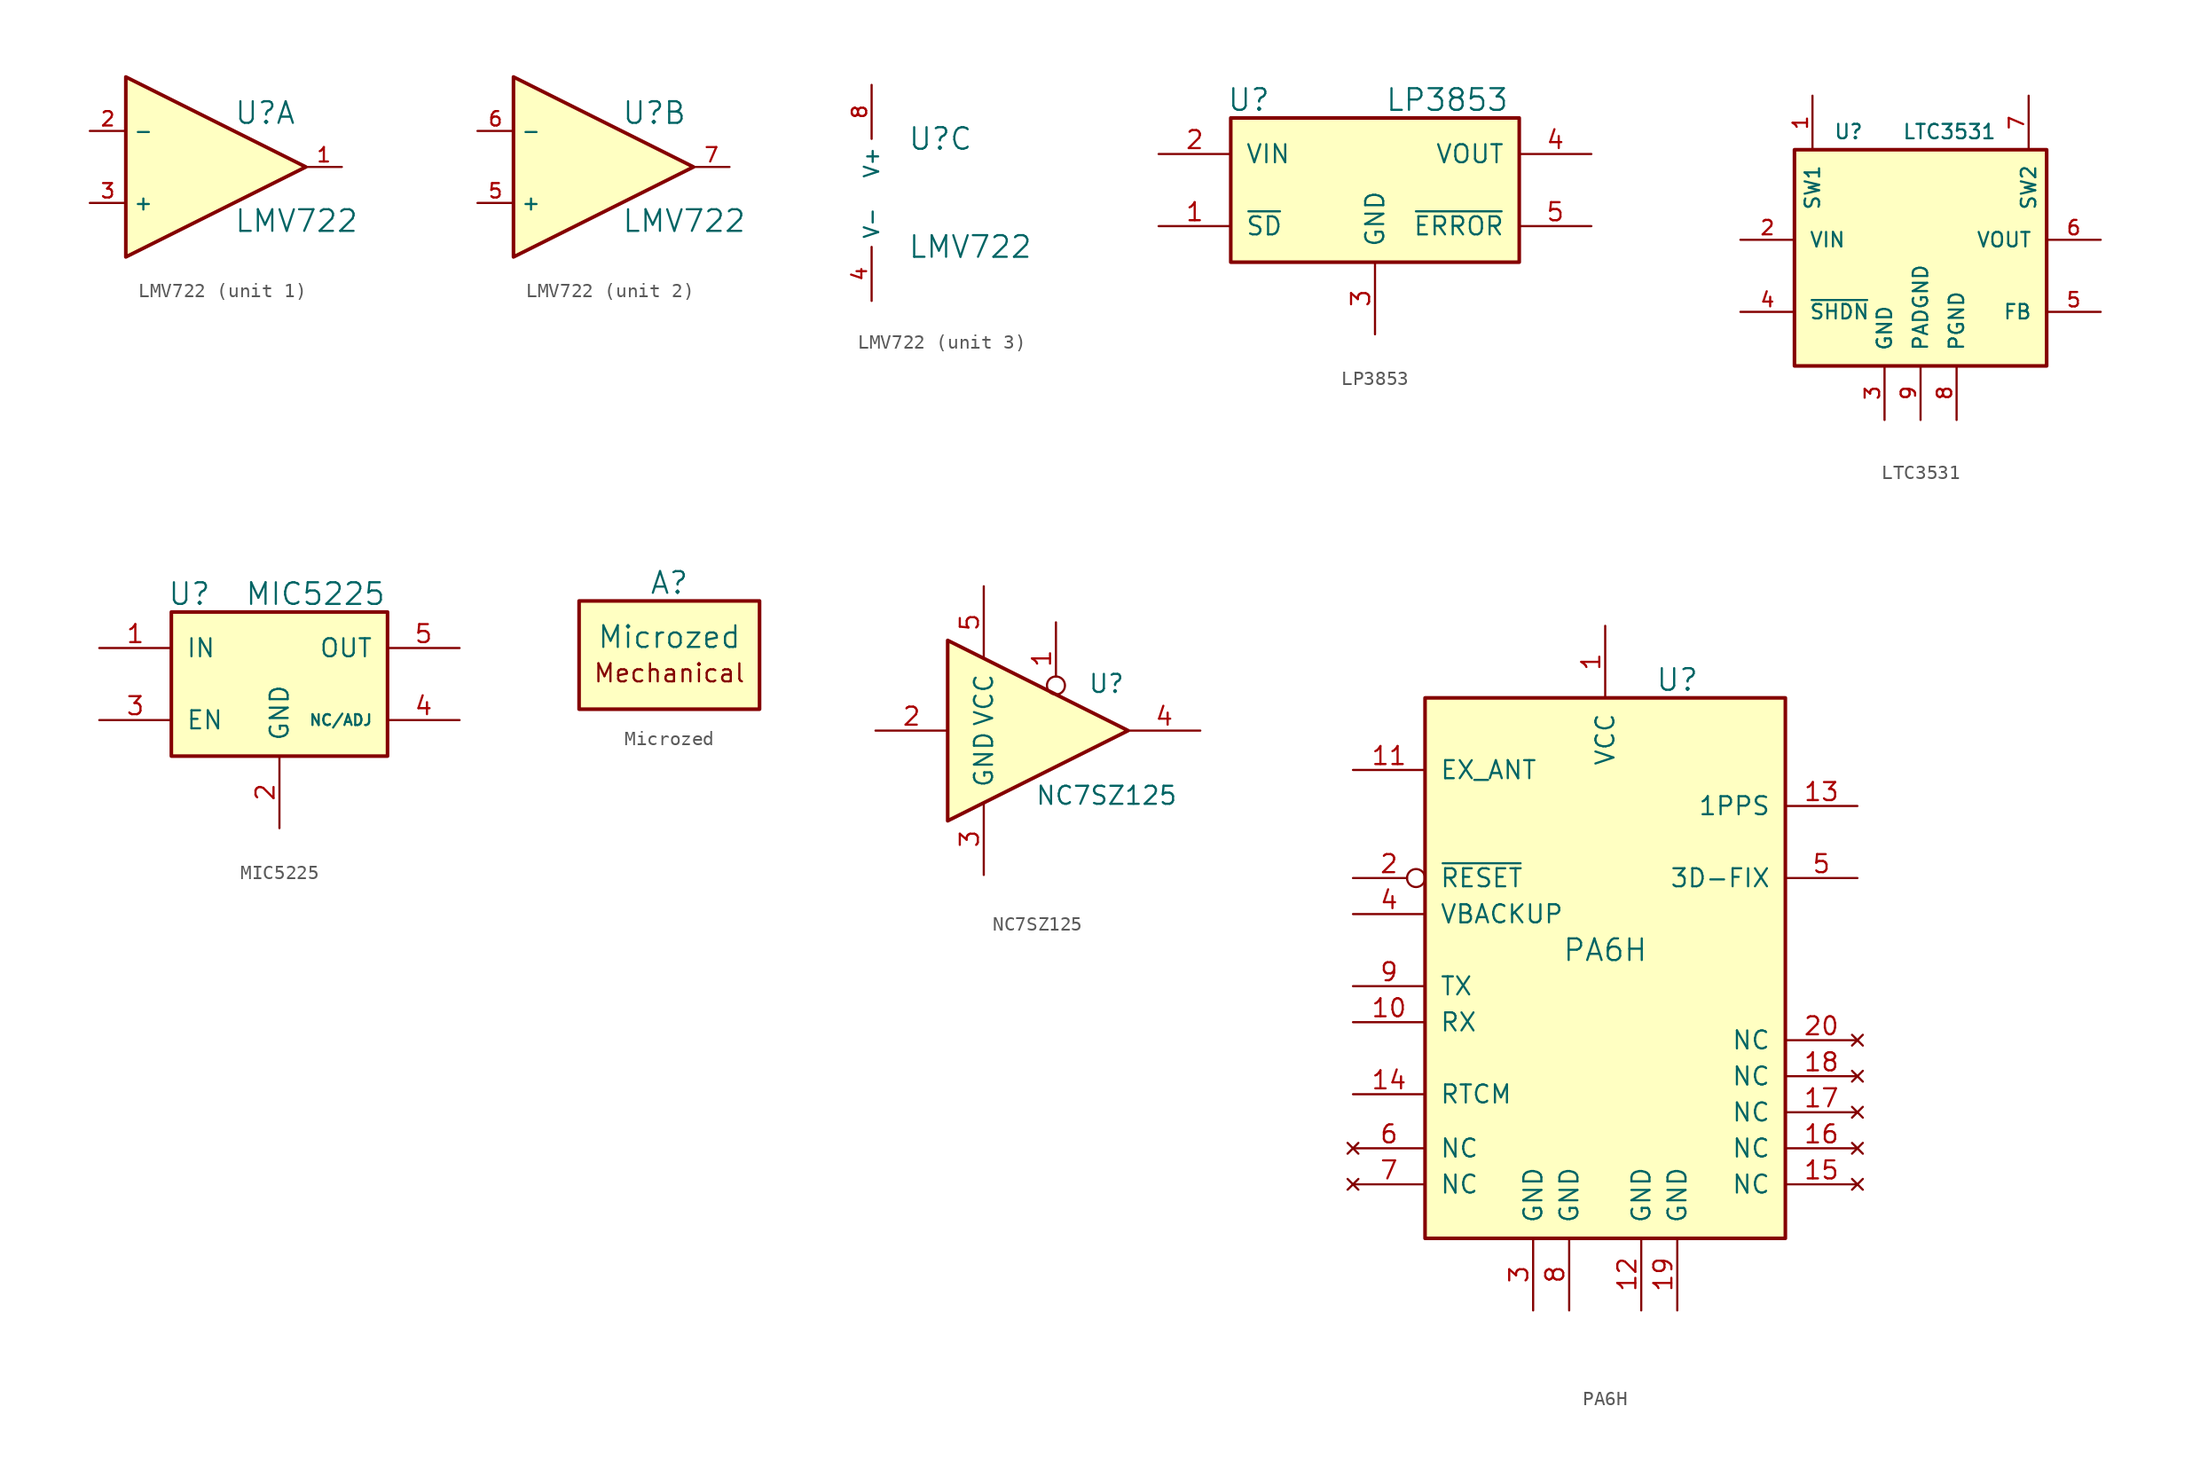
<source format=kicad_sym>
(kicad_symbol_lib
  (version 20231120)
  (generator "kicad_symbol_editor")
  (generator_version "8.0")
  (symbol "LMV722"
    (property "Reference" "U"
      (at 0 3.81 0)
      (effects (font (size 1.524 1.524)) (justify left)))
    (property "Value" "LMV722"
      (at 0 -3.81 0)
      (effects (font (size 1.524 1.524)) (justify left)))
    (property "ki_locked" ""
      (at 0 0 0)
      (effects (font (size 1.27 1.27))))
    (symbol "LMV722_1_1"
      (polyline (pts (xy -7.62 6.35) (xy 5.08 0) (xy -7.62 -6.35) (xy -7.62 6.35)) (stroke (width 0.254) (type solid)) (fill (type background)))
      (pin output line (at 7.62 0 180) (length 2.54) (name "~" (effects (font (size 1.016 1.016)))) (number "1" (effects (font (size 1.016 1.016)))))
      (pin input line (at -10.16 2.54 0) (length 2.54) (name "-" (effects (font (size 1.016 1.016)))) (number "2" (effects (font (size 1.016 1.016)))))
      (pin input line (at -10.16 -2.54 0) (length 2.54) (name "+" (effects (font (size 1.016 1.016)))) (number "3" (effects (font (size 1.016 1.016))))))
    (symbol "LMV722_2_1"
      (polyline (pts (xy -7.62 6.35) (xy 5.08 0) (xy -7.62 -6.35) (xy -7.62 6.35)) (stroke (width 0.254) (type solid)) (fill (type background)))
      (pin input line (at -10.16 -2.54 0) (length 2.54) (name "+" (effects (font (size 1.016 1.016)))) (number "5" (effects (font (size 1.016 1.016)))))
      (pin input line (at -10.16 2.54 0) (length 2.54) (name "-" (effects (font (size 1.016 1.016)))) (number "6" (effects (font (size 1.016 1.016)))))
      (pin output line (at 7.62 0 180) (length 2.54) (name "~" (effects (font (size 1.016 1.016)))) (number "7" (effects (font (size 1.016 1.016))))))
    (symbol "LMV722_3_1"
      (pin power_in line (at -2.54 -7.62 90) (length 3.81) (name "V-" (effects (font (size 1.016 1.016)))) (number "4" (effects (font (size 1.016 1.016)))))
      (pin power_in line (at -2.54 7.62 270) (length 3.81) (name "V+" (effects (font (size 1.016 1.016)))) (number "8" (effects (font (size 1.016 1.016)))))))
  (symbol "LP3853"
    (pin_names
      (offset 1.016))
    (property "Reference" "U"
      (at -8.89 6.35 0)
      (effects (font (size 1.524 1.524))))
    (property "Value" "LP3853"
      (at 5.08 6.35 0)
      (effects (font (size 1.524 1.524))))
    (symbol "LP3853_1_1"
      (rectangle (start -10.16 5.08) (end 10.16 -5.08) (stroke (width 0.254) (type solid)) (fill (type background)))
      (pin input line (at -15.24 -2.54 0) (length 5.08) (name "~{SD}" (effects (font (size 1.27 1.27)))) (number "1" (effects (font (size 1.27 1.27)))))
      (pin power_in line (at -15.24 2.54 0) (length 5.08) (name "VIN" (effects (font (size 1.27 1.27)))) (number "2" (effects (font (size 1.27 1.27)))))
      (pin power_in line (at 0 -10.16 90) (length 5.08) (name "GND" (effects (font (size 1.27 1.27)))) (number "3" (effects (font (size 1.27 1.27)))))
      (pin power_out line (at 15.24 2.54 180) (length 5.08) (name "VOUT" (effects (font (size 1.27 1.27)))) (number "4" (effects (font (size 1.27 1.27)))))
      (pin output line (at 15.24 -2.54 180) (length 5.08) (name "~{ERROR}" (effects (font (size 1.27 1.27)))) (number "5" (effects (font (size 1.27 1.27)))))))
  (symbol "LTC3531"
    (pin_names
      (offset 1.016))
    (property "Reference" "U"
      (at -5.08 10.16 0)
      (effects (font (size 1.016 1.016))))
    (property "Value" "LTC3531"
      (at 2.032 10.16 0)
      (effects (font (size 1.016 1.016))))
    (symbol "LTC3531_1_1"
      (rectangle (start -8.89 8.89) (end 8.89 -6.35) (stroke (width 0.254) (type solid)) (fill (type background)))
      (pin passive line (at -7.62 12.7 270) (length 3.81) (name "SW1" (effects (font (size 1.016 1.016)))) (number "1" (effects (font (size 1.016 1.016)))))
      (pin power_in line (at -12.7 2.54 0) (length 3.81) (name "VIN" (effects (font (size 1.016 1.016)))) (number "2" (effects (font (size 1.016 1.016)))))
      (pin power_in line (at -2.54 -10.16 90) (length 3.81) (name "GND" (effects (font (size 1.016 1.016)))) (number "3" (effects (font (size 1.016 1.016)))))
      (pin input line (at -12.7 -2.54 0) (length 3.81) (name "~{SHDN}" (effects (font (size 1.016 1.016)))) (number "4" (effects (font (size 1.016 1.016)))))
      (pin passive line (at 12.7 -2.54 180) (length 3.81) (name "FB" (effects (font (size 1.016 1.016)))) (number "5" (effects (font (size 1.016 1.016)))))
      (pin power_out line (at 12.7 2.54 180) (length 3.81) (name "VOUT" (effects (font (size 1.016 1.016)))) (number "6" (effects (font (size 1.016 1.016)))))
      (pin passive line (at 7.62 12.7 270) (length 3.81) (name "SW2" (effects (font (size 1.016 1.016)))) (number "7" (effects (font (size 1.016 1.016)))))
      (pin power_in line (at 2.54 -10.16 90) (length 3.81) (name "PGND" (effects (font (size 1.016 1.016)))) (number "8" (effects (font (size 1.016 1.016)))))
      (pin power_in line (at 0 -10.16 90) (length 3.81) (name "PADGND" (effects (font (size 1.016 1.016)))) (number "9" (effects (font (size 1.016 1.016)))))))
  (symbol "MIC5225"
    (pin_names
      (offset 1.016))
    (property "Reference" "U"
      (at -6.35 6.35 0)
      (effects (font (size 1.524 1.524))))
    (property "Value" "MIC5225"
      (at 2.54 6.35 0)
      (effects (font (size 1.524 1.524))))
    (symbol "MIC5225_1_1"
      (rectangle (start -7.62 5.08) (end 7.62 -5.08) (stroke (width 0.254) (type solid)) (fill (type background)))
      (pin power_in line (at -12.7 2.54 0) (length 5.08) (name "IN" (effects (font (size 1.27 1.27)))) (number "1" (effects (font (size 1.27 1.27)))))
      (pin power_in line (at 0 -10.16 90) (length 5.08) (name "GND" (effects (font (size 1.27 1.27)))) (number "2" (effects (font (size 1.27 1.27)))))
      (pin input line (at -12.7 -2.54 0) (length 5.08) (name "EN" (effects (font (size 1.27 1.27)))) (number "3" (effects (font (size 1.27 1.27)))))
      (pin passive line (at 12.7 -2.54 180) (length 5.08) (name "NC/ADJ" (effects (font (size 0.762 0.762)))) (number "4" (effects (font (size 1.27 1.27)))))
      (pin power_out line (at 12.7 2.54 180) (length 5.08) (name "OUT" (effects (font (size 1.27 1.27)))) (number "5" (effects (font (size 1.27 1.27)))))))
  (symbol "Microzed"
    (pin_names
      (offset 1.016))
    (property "Reference" "A"
      (at 0 5.08 0)
      (effects (font (size 1.524 1.524))))
    (property "Value" "Microzed"
      (at 0 1.27 0)
      (effects (font (size 1.524 1.524))))
    (symbol "Microzed_0_0"
      (text "Mechanical" (at 0 -1.27 0) (effects (font (size 1.27 1.27)))))
    (symbol "Microzed_1_1"
      (rectangle (start -6.35 3.81) (end 6.35 -3.81) (stroke (width 0.254) (type solid)) (fill (type background)))))
  (symbol "NC7SZ125"
    (pin_names
      (offset 1.016))
    (property "Reference" "U"
      (at 6.096 3.302 0)
      (effects (font (size 1.27 1.27))))
    (property "Value" "NC7SZ125"
      (at 6.096 -4.572 0)
      (effects (font (size 1.27 1.27))))
    (symbol "NC7SZ125_0_1"
      (polyline (pts (xy -5.08 6.35) (xy -5.08 -6.35) (xy 7.62 0) (xy -5.08 6.35)) (stroke (width 0.254) (type default)) (fill (type background))))
    (symbol "NC7SZ125_1_1"
      (pin input inverted (at 2.54 7.62 270) (length 5.08) (name "~" (effects (font (size 1.27 1.27)))) (number "1" (effects (font (size 1.27 1.27)))))
      (pin input line (at -10.16 0 0) (length 5.08) (name "~" (effects (font (size 1.27 1.27)))) (number "2" (effects (font (size 1.27 1.27)))))
      (pin power_in line (at -2.54 -10.16 90) (length 5.08) (name "GND" (effects (font (size 1.27 1.27)))) (number "3" (effects (font (size 1.27 1.27)))))
      (pin tri_state line (at 12.7 0 180) (length 5.08) (name "~" (effects (font (size 1.27 1.27)))) (number "4" (effects (font (size 1.27 1.27)))))
      (pin power_in line (at -2.54 10.16 270) (length 5.08) (name "VCC" (effects (font (size 1.27 1.27)))) (number "5" (effects (font (size 1.27 1.27)))))))
  (symbol "PA6H"
    (pin_names
      (offset 1.016))
    (property "Reference" "U"
      (at 5.08 19.05 0)
      (effects (font (size 1.524 1.524))))
    (property "Value" "PA6H"
      (at 0 0 0)
      (effects (font (size 1.524 1.524))))
    (symbol "PA6H_1_1"
      (rectangle (start -12.7 17.78) (end 12.7 -20.32) (stroke (width 0.254) (type solid)) (fill (type background)))
      (pin power_in line (at 0 22.86 270) (length 5.08) (name "VCC" (effects (font (size 1.27 1.27)))) (number "1" (effects (font (size 1.27 1.27)))))
      (pin input line (at -17.78 -5.08 0) (length 5.08) (name "RX" (effects (font (size 1.27 1.27)))) (number "10" (effects (font (size 1.27 1.27)))))
      (pin power_out line (at -17.78 12.7 0) (length 5.08) (name "EX_ANT" (effects (font (size 1.27 1.27)))) (number "11" (effects (font (size 1.27 1.27)))))
      (pin power_in line (at 2.54 -25.4 90) (length 5.08) (name "GND" (effects (font (size 1.27 1.27)))) (number "12" (effects (font (size 1.27 1.27)))))
      (pin output line (at 17.78 10.16 180) (length 5.08) (name "1PPS" (effects (font (size 1.27 1.27)))) (number "13" (effects (font (size 1.27 1.27)))))
      (pin input line (at -17.78 -10.16 0) (length 5.08) (name "RTCM" (effects (font (size 1.27 1.27)))) (number "14" (effects (font (size 1.27 1.27)))))
      (pin no_connect line (at 17.78 -16.51 180) (length 5.08) (name "NC" (effects (font (size 1.27 1.27)))) (number "15" (effects (font (size 1.27 1.27)))))
      (pin no_connect line (at 17.78 -13.97 180) (length 5.08) (name "NC" (effects (font (size 1.27 1.27)))) (number "16" (effects (font (size 1.27 1.27)))))
      (pin no_connect line (at 17.78 -11.43 180) (length 5.08) (name "NC" (effects (font (size 1.27 1.27)))) (number "17" (effects (font (size 1.27 1.27)))))
      (pin no_connect line (at 17.78 -8.89 180) (length 5.08) (name "NC" (effects (font (size 1.27 1.27)))) (number "18" (effects (font (size 1.27 1.27)))))
      (pin power_in line (at 5.08 -25.4 90) (length 5.08) (name "GND" (effects (font (size 1.27 1.27)))) (number "19" (effects (font (size 1.27 1.27)))))
      (pin input inverted (at -17.78 5.08 0) (length 5.08) (name "~{RESET}" (effects (font (size 1.27 1.27)))) (number "2" (effects (font (size 1.27 1.27)))))
      (pin no_connect line (at 17.78 -6.35 180) (length 5.08) (name "NC" (effects (font (size 1.27 1.27)))) (number "20" (effects (font (size 1.27 1.27)))))
      (pin power_in line (at -5.08 -25.4 90) (length 5.08) (name "GND" (effects (font (size 1.27 1.27)))) (number "3" (effects (font (size 1.27 1.27)))))
      (pin power_in line (at -17.78 2.54 0) (length 5.08) (name "VBACKUP" (effects (font (size 1.27 1.27)))) (number "4" (effects (font (size 1.27 1.27)))))
      (pin output line (at 17.78 5.08 180) (length 5.08) (name "3D-FIX" (effects (font (size 1.27 1.27)))) (number "5" (effects (font (size 1.27 1.27)))))
      (pin no_connect line (at -17.78 -13.97 0) (length 5.08) (name "NC" (effects (font (size 1.27 1.27)))) (number "6" (effects (font (size 1.27 1.27)))))
      (pin no_connect line (at -17.78 -16.51 0) (length 5.08) (name "NC" (effects (font (size 1.27 1.27)))) (number "7" (effects (font (size 1.27 1.27)))))
      (pin power_in line (at -2.54 -25.4 90) (length 5.08) (name "GND" (effects (font (size 1.27 1.27)))) (number "8" (effects (font (size 1.27 1.27)))))
      (pin output line (at -17.78 -2.54 0) (length 5.08) (name "TX" (effects (font (size 1.27 1.27)))) (number "9" (effects (font (size 1.27 1.27))))))))
</source>
